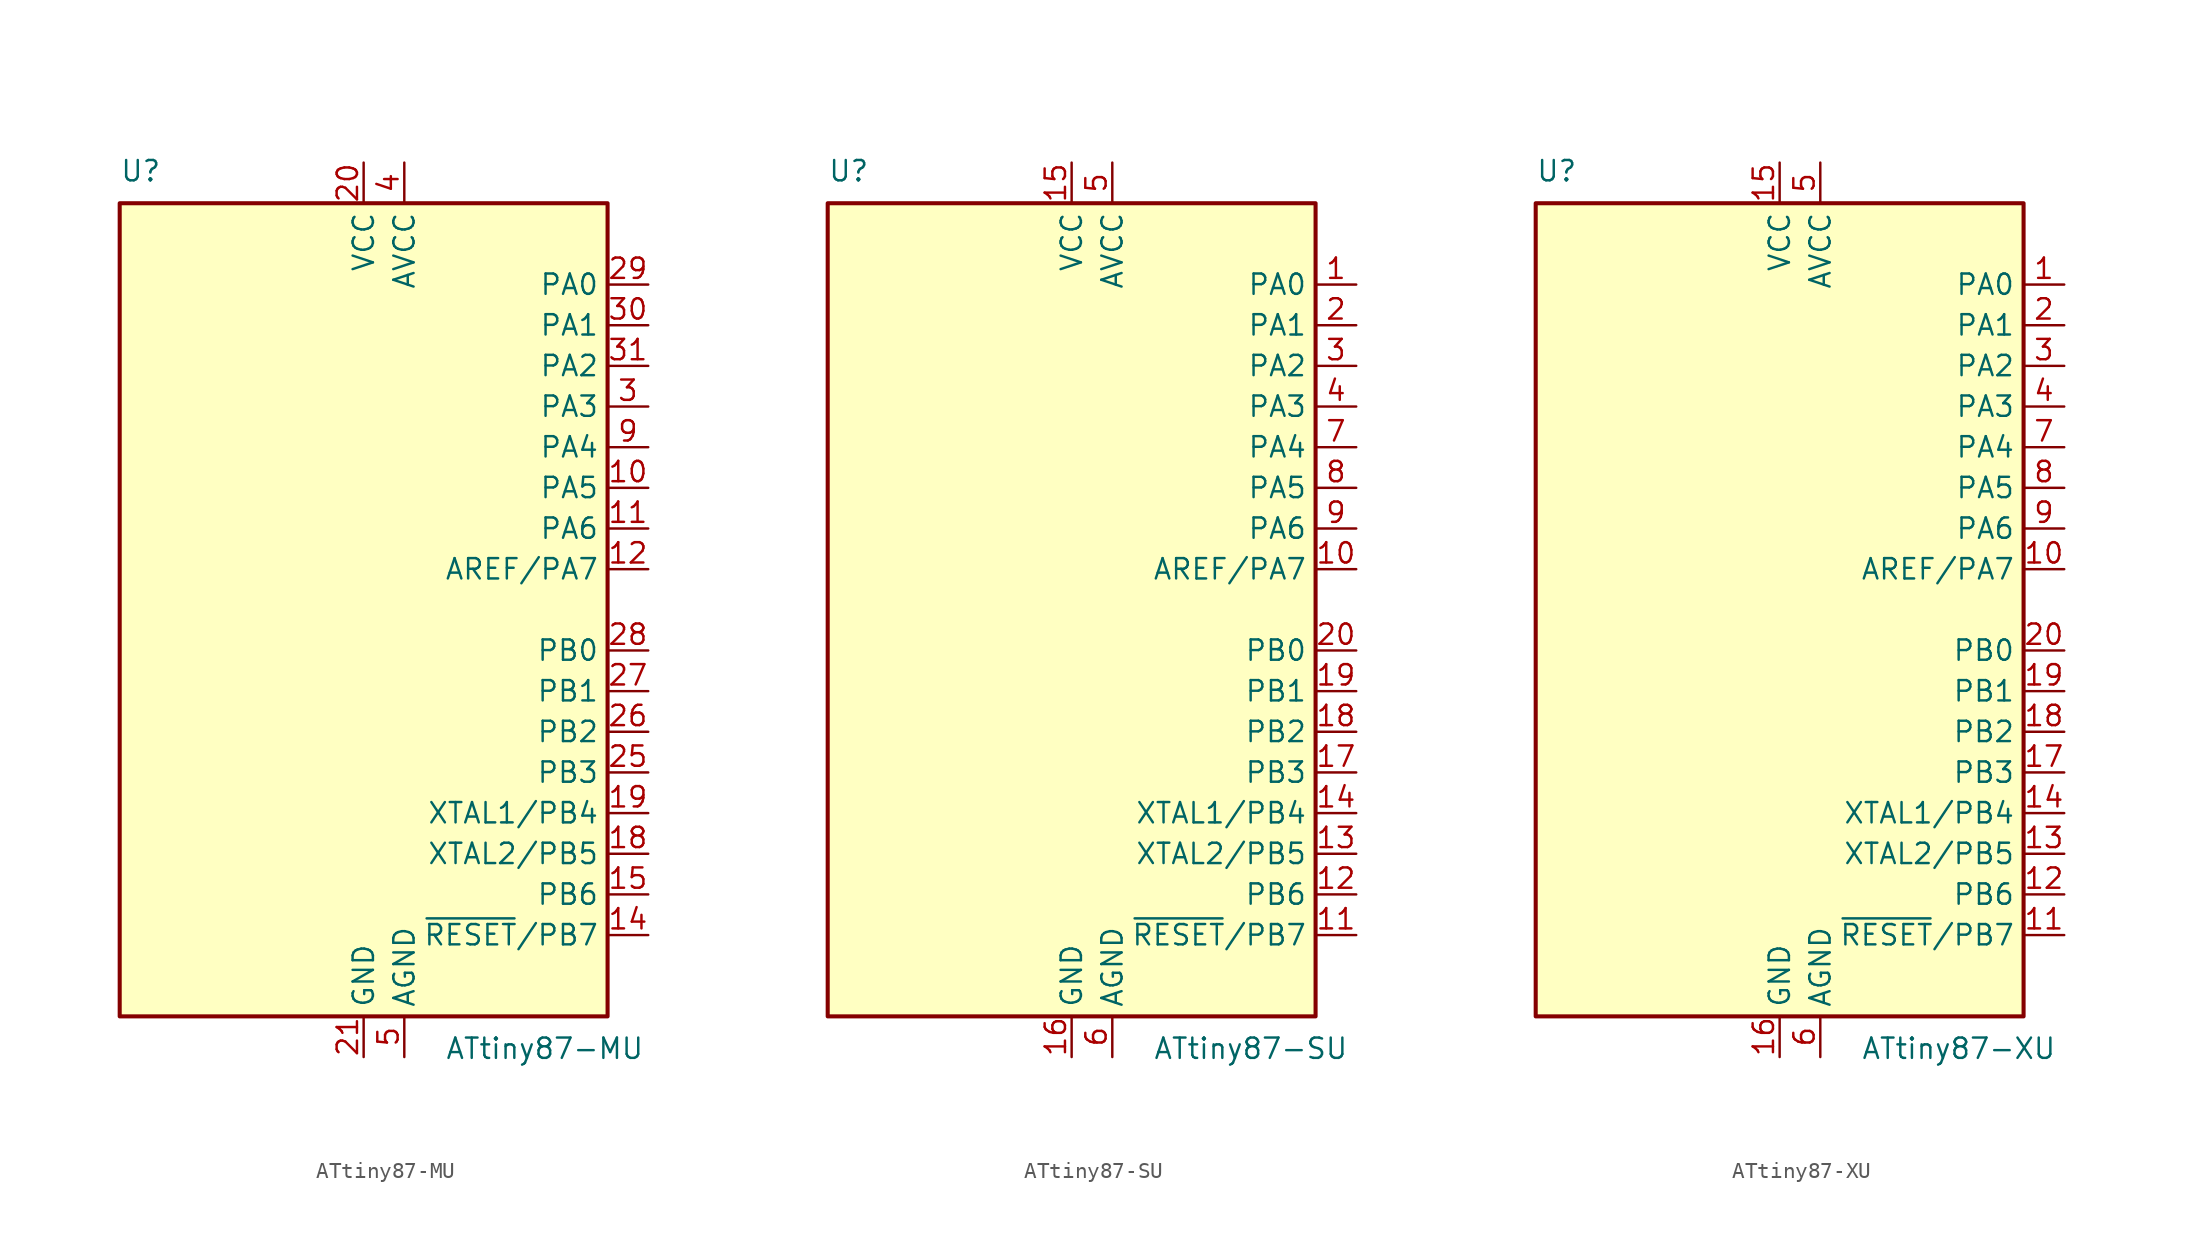
<source format=kicad_sym>
(kicad_symbol_lib
  (version 20211014)
  (generator kicad_symbol_editor)
  (symbol "ATtiny87-MU"
    (property "Reference" "U"
      (at -15.24 26.67 0)
      (effects (font (size 1.27 1.27)) (justify left bottom)))
    (property "Value" "ATtiny87-MU"
      (at 5.08 -26.67 0)
      (effects (font (size 1.27 1.27)) (justify left top)))
    (symbol "ATtiny87-MU_0_1"
      (rectangle (start -15.24 -25.4) (end 15.24 25.4) (stroke (width 0.254) (type default) (color 0 0 0 0)) (fill (type background))))
    (symbol "ATtiny87-MU_1_1"
      (pin no_connect line (at -15.24 5.08 0) (length 2.54) hide (name "NC" (effects (font (size 1.27 1.27)))) (number "1" (effects (font (size 1.27 1.27)))))
      (pin bidirectional line (at 17.78 7.62 180) (length 2.54) (name "PA5" (effects (font (size 1.27 1.27)))) (number "10" (effects (font (size 1.27 1.27)))))
      (pin bidirectional line (at 17.78 5.08 180) (length 2.54) (name "PA6" (effects (font (size 1.27 1.27)))) (number "11" (effects (font (size 1.27 1.27)))))
      (pin bidirectional line (at 17.78 2.54 180) (length 2.54) (name "AREF/PA7" (effects (font (size 1.27 1.27)))) (number "12" (effects (font (size 1.27 1.27)))))
      (pin no_connect line (at -15.24 -7.62 0) (length 2.54) hide (name "NC" (effects (font (size 1.27 1.27)))) (number "13" (effects (font (size 1.27 1.27)))))
      (pin bidirectional line (at 17.78 -20.32 180) (length 2.54) (name "~{RESET}/PB7" (effects (font (size 1.27 1.27)))) (number "14" (effects (font (size 1.27 1.27)))))
      (pin bidirectional line (at 17.78 -17.78 180) (length 2.54) (name "PB6" (effects (font (size 1.27 1.27)))) (number "15" (effects (font (size 1.27 1.27)))))
      (pin no_connect line (at -15.24 -10.16 0) (length 2.54) hide (name "NC" (effects (font (size 1.27 1.27)))) (number "16" (effects (font (size 1.27 1.27)))))
      (pin no_connect line (at -15.24 -12.7 0) (length 2.54) hide (name "NC" (effects (font (size 1.27 1.27)))) (number "17" (effects (font (size 1.27 1.27)))))
      (pin bidirectional line (at 17.78 -15.24 180) (length 2.54) (name "XTAL2/PB5" (effects (font (size 1.27 1.27)))) (number "18" (effects (font (size 1.27 1.27)))))
      (pin bidirectional line (at 17.78 -12.7 180) (length 2.54) (name "XTAL1/PB4" (effects (font (size 1.27 1.27)))) (number "19" (effects (font (size 1.27 1.27)))))
      (pin no_connect line (at -15.24 2.54 0) (length 2.54) hide (name "NC" (effects (font (size 1.27 1.27)))) (number "2" (effects (font (size 1.27 1.27)))))
      (pin power_in line (at 0 27.94 270) (length 2.54) (name "VCC" (effects (font (size 1.27 1.27)))) (number "20" (effects (font (size 1.27 1.27)))))
      (pin power_in line (at 0 -27.94 90) (length 2.54) (name "GND" (effects (font (size 1.27 1.27)))) (number "21" (effects (font (size 1.27 1.27)))))
      (pin no_connect line (at -15.24 -15.24 0) (length 2.54) hide (name "NC" (effects (font (size 1.27 1.27)))) (number "22" (effects (font (size 1.27 1.27)))))
      (pin no_connect line (at -15.24 -17.78 0) (length 2.54) hide (name "NC" (effects (font (size 1.27 1.27)))) (number "23" (effects (font (size 1.27 1.27)))))
      (pin no_connect line (at -15.24 -20.32 0) (length 2.54) hide (name "NC" (effects (font (size 1.27 1.27)))) (number "24" (effects (font (size 1.27 1.27)))))
      (pin bidirectional line (at 17.78 -10.16 180) (length 2.54) (name "PB3" (effects (font (size 1.27 1.27)))) (number "25" (effects (font (size 1.27 1.27)))))
      (pin bidirectional line (at 17.78 -7.62 180) (length 2.54) (name "PB2" (effects (font (size 1.27 1.27)))) (number "26" (effects (font (size 1.27 1.27)))))
      (pin bidirectional line (at 17.78 -5.08 180) (length 2.54) (name "PB1" (effects (font (size 1.27 1.27)))) (number "27" (effects (font (size 1.27 1.27)))))
      (pin bidirectional line (at 17.78 -2.54 180) (length 2.54) (name "PB0" (effects (font (size 1.27 1.27)))) (number "28" (effects (font (size 1.27 1.27)))))
      (pin bidirectional line (at 17.78 20.32 180) (length 2.54) (name "PA0" (effects (font (size 1.27 1.27)))) (number "29" (effects (font (size 1.27 1.27)))))
      (pin bidirectional line (at 17.78 12.7 180) (length 2.54) (name "PA3" (effects (font (size 1.27 1.27)))) (number "3" (effects (font (size 1.27 1.27)))))
      (pin bidirectional line (at 17.78 17.78 180) (length 2.54) (name "PA1" (effects (font (size 1.27 1.27)))) (number "30" (effects (font (size 1.27 1.27)))))
      (pin bidirectional line (at 17.78 15.24 180) (length 2.54) (name "PA2" (effects (font (size 1.27 1.27)))) (number "31" (effects (font (size 1.27 1.27)))))
      (pin no_connect line (at -15.24 -22.86 0) (length 2.54) hide (name "NC" (effects (font (size 1.27 1.27)))) (number "32" (effects (font (size 1.27 1.27)))))
      (pin passive line (at 0 -27.94 90) (length 2.54) hide (name "GND" (effects (font (size 1.27 1.27)))) (number "33" (effects (font (size 1.27 1.27)))))
      (pin power_in line (at 2.54 27.94 270) (length 2.54) (name "AVCC" (effects (font (size 1.27 1.27)))) (number "4" (effects (font (size 1.27 1.27)))))
      (pin power_in line (at 2.54 -27.94 90) (length 2.54) (name "AGND" (effects (font (size 1.27 1.27)))) (number "5" (effects (font (size 1.27 1.27)))))
      (pin no_connect line (at -15.24 0 0) (length 2.54) hide (name "NC" (effects (font (size 1.27 1.27)))) (number "6" (effects (font (size 1.27 1.27)))))
      (pin no_connect line (at -15.24 -2.54 0) (length 2.54) hide (name "NC" (effects (font (size 1.27 1.27)))) (number "7" (effects (font (size 1.27 1.27)))))
      (pin no_connect line (at -15.24 -5.08 0) (length 2.54) hide (name "NC" (effects (font (size 1.27 1.27)))) (number "8" (effects (font (size 1.27 1.27)))))
      (pin bidirectional line (at 17.78 10.16 180) (length 2.54) (name "PA4" (effects (font (size 1.27 1.27)))) (number "9" (effects (font (size 1.27 1.27)))))))
  (symbol "ATtiny87-SU"
    (property "Reference" "U"
      (at -15.24 26.67 0)
      (effects (font (size 1.27 1.27)) (justify left bottom)))
    (property "Value" "ATtiny87-SU"
      (at 5.08 -26.67 0)
      (effects (font (size 1.27 1.27)) (justify left top)))
    (symbol "ATtiny87-SU_0_1"
      (rectangle (start -15.24 -25.4) (end 15.24 25.4) (stroke (width 0.254) (type default) (color 0 0 0 0)) (fill (type background))))
    (symbol "ATtiny87-SU_1_1"
      (pin bidirectional line (at 17.78 20.32 180) (length 2.54) (name "PA0" (effects (font (size 1.27 1.27)))) (number "1" (effects (font (size 1.27 1.27)))))
      (pin bidirectional line (at 17.78 2.54 180) (length 2.54) (name "AREF/PA7" (effects (font (size 1.27 1.27)))) (number "10" (effects (font (size 1.27 1.27)))))
      (pin bidirectional line (at 17.78 -20.32 180) (length 2.54) (name "~{RESET}/PB7" (effects (font (size 1.27 1.27)))) (number "11" (effects (font (size 1.27 1.27)))))
      (pin bidirectional line (at 17.78 -17.78 180) (length 2.54) (name "PB6" (effects (font (size 1.27 1.27)))) (number "12" (effects (font (size 1.27 1.27)))))
      (pin bidirectional line (at 17.78 -15.24 180) (length 2.54) (name "XTAL2/PB5" (effects (font (size 1.27 1.27)))) (number "13" (effects (font (size 1.27 1.27)))))
      (pin bidirectional line (at 17.78 -12.7 180) (length 2.54) (name "XTAL1/PB4" (effects (font (size 1.27 1.27)))) (number "14" (effects (font (size 1.27 1.27)))))
      (pin power_in line (at 0 27.94 270) (length 2.54) (name "VCC" (effects (font (size 1.27 1.27)))) (number "15" (effects (font (size 1.27 1.27)))))
      (pin power_in line (at 0 -27.94 90) (length 2.54) (name "GND" (effects (font (size 1.27 1.27)))) (number "16" (effects (font (size 1.27 1.27)))))
      (pin bidirectional line (at 17.78 -10.16 180) (length 2.54) (name "PB3" (effects (font (size 1.27 1.27)))) (number "17" (effects (font (size 1.27 1.27)))))
      (pin bidirectional line (at 17.78 -7.62 180) (length 2.54) (name "PB2" (effects (font (size 1.27 1.27)))) (number "18" (effects (font (size 1.27 1.27)))))
      (pin bidirectional line (at 17.78 -5.08 180) (length 2.54) (name "PB1" (effects (font (size 1.27 1.27)))) (number "19" (effects (font (size 1.27 1.27)))))
      (pin bidirectional line (at 17.78 17.78 180) (length 2.54) (name "PA1" (effects (font (size 1.27 1.27)))) (number "2" (effects (font (size 1.27 1.27)))))
      (pin bidirectional line (at 17.78 -2.54 180) (length 2.54) (name "PB0" (effects (font (size 1.27 1.27)))) (number "20" (effects (font (size 1.27 1.27)))))
      (pin bidirectional line (at 17.78 15.24 180) (length 2.54) (name "PA2" (effects (font (size 1.27 1.27)))) (number "3" (effects (font (size 1.27 1.27)))))
      (pin bidirectional line (at 17.78 12.7 180) (length 2.54) (name "PA3" (effects (font (size 1.27 1.27)))) (number "4" (effects (font (size 1.27 1.27)))))
      (pin power_in line (at 2.54 27.94 270) (length 2.54) (name "AVCC" (effects (font (size 1.27 1.27)))) (number "5" (effects (font (size 1.27 1.27)))))
      (pin power_in line (at 2.54 -27.94 90) (length 2.54) (name "AGND" (effects (font (size 1.27 1.27)))) (number "6" (effects (font (size 1.27 1.27)))))
      (pin bidirectional line (at 17.78 10.16 180) (length 2.54) (name "PA4" (effects (font (size 1.27 1.27)))) (number "7" (effects (font (size 1.27 1.27)))))
      (pin bidirectional line (at 17.78 7.62 180) (length 2.54) (name "PA5" (effects (font (size 1.27 1.27)))) (number "8" (effects (font (size 1.27 1.27)))))
      (pin bidirectional line (at 17.78 5.08 180) (length 2.54) (name "PA6" (effects (font (size 1.27 1.27)))) (number "9" (effects (font (size 1.27 1.27)))))))
  (symbol "ATtiny87-XU"
    (property "Reference" "U"
      (at -15.24 26.67 0)
      (effects (font (size 1.27 1.27)) (justify left bottom)))
    (property "Value" "ATtiny87-XU"
      (at 5.08 -26.67 0)
      (effects (font (size 1.27 1.27)) (justify left top)))
    (symbol "ATtiny87-XU_0_1"
      (rectangle (start -15.24 -25.4) (end 15.24 25.4) (stroke (width 0.254) (type default) (color 0 0 0 0)) (fill (type background))))
    (symbol "ATtiny87-XU_1_1"
      (pin bidirectional line (at 17.78 20.32 180) (length 2.54) (name "PA0" (effects (font (size 1.27 1.27)))) (number "1" (effects (font (size 1.27 1.27)))))
      (pin bidirectional line (at 17.78 2.54 180) (length 2.54) (name "AREF/PA7" (effects (font (size 1.27 1.27)))) (number "10" (effects (font (size 1.27 1.27)))))
      (pin bidirectional line (at 17.78 -20.32 180) (length 2.54) (name "~{RESET}/PB7" (effects (font (size 1.27 1.27)))) (number "11" (effects (font (size 1.27 1.27)))))
      (pin bidirectional line (at 17.78 -17.78 180) (length 2.54) (name "PB6" (effects (font (size 1.27 1.27)))) (number "12" (effects (font (size 1.27 1.27)))))
      (pin bidirectional line (at 17.78 -15.24 180) (length 2.54) (name "XTAL2/PB5" (effects (font (size 1.27 1.27)))) (number "13" (effects (font (size 1.27 1.27)))))
      (pin bidirectional line (at 17.78 -12.7 180) (length 2.54) (name "XTAL1/PB4" (effects (font (size 1.27 1.27)))) (number "14" (effects (font (size 1.27 1.27)))))
      (pin power_in line (at 0 27.94 270) (length 2.54) (name "VCC" (effects (font (size 1.27 1.27)))) (number "15" (effects (font (size 1.27 1.27)))))
      (pin power_in line (at 0 -27.94 90) (length 2.54) (name "GND" (effects (font (size 1.27 1.27)))) (number "16" (effects (font (size 1.27 1.27)))))
      (pin bidirectional line (at 17.78 -10.16 180) (length 2.54) (name "PB3" (effects (font (size 1.27 1.27)))) (number "17" (effects (font (size 1.27 1.27)))))
      (pin bidirectional line (at 17.78 -7.62 180) (length 2.54) (name "PB2" (effects (font (size 1.27 1.27)))) (number "18" (effects (font (size 1.27 1.27)))))
      (pin bidirectional line (at 17.78 -5.08 180) (length 2.54) (name "PB1" (effects (font (size 1.27 1.27)))) (number "19" (effects (font (size 1.27 1.27)))))
      (pin bidirectional line (at 17.78 17.78 180) (length 2.54) (name "PA1" (effects (font (size 1.27 1.27)))) (number "2" (effects (font (size 1.27 1.27)))))
      (pin bidirectional line (at 17.78 -2.54 180) (length 2.54) (name "PB0" (effects (font (size 1.27 1.27)))) (number "20" (effects (font (size 1.27 1.27)))))
      (pin bidirectional line (at 17.78 15.24 180) (length 2.54) (name "PA2" (effects (font (size 1.27 1.27)))) (number "3" (effects (font (size 1.27 1.27)))))
      (pin bidirectional line (at 17.78 12.7 180) (length 2.54) (name "PA3" (effects (font (size 1.27 1.27)))) (number "4" (effects (font (size 1.27 1.27)))))
      (pin power_in line (at 2.54 27.94 270) (length 2.54) (name "AVCC" (effects (font (size 1.27 1.27)))) (number "5" (effects (font (size 1.27 1.27)))))
      (pin power_in line (at 2.54 -27.94 90) (length 2.54) (name "AGND" (effects (font (size 1.27 1.27)))) (number "6" (effects (font (size 1.27 1.27)))))
      (pin bidirectional line (at 17.78 10.16 180) (length 2.54) (name "PA4" (effects (font (size 1.27 1.27)))) (number "7" (effects (font (size 1.27 1.27)))))
      (pin bidirectional line (at 17.78 7.62 180) (length 2.54) (name "PA5" (effects (font (size 1.27 1.27)))) (number "8" (effects (font (size 1.27 1.27)))))
      (pin bidirectional line (at 17.78 5.08 180) (length 2.54) (name "PA6" (effects (font (size 1.27 1.27)))) (number "9" (effects (font (size 1.27 1.27))))))))
</source>
